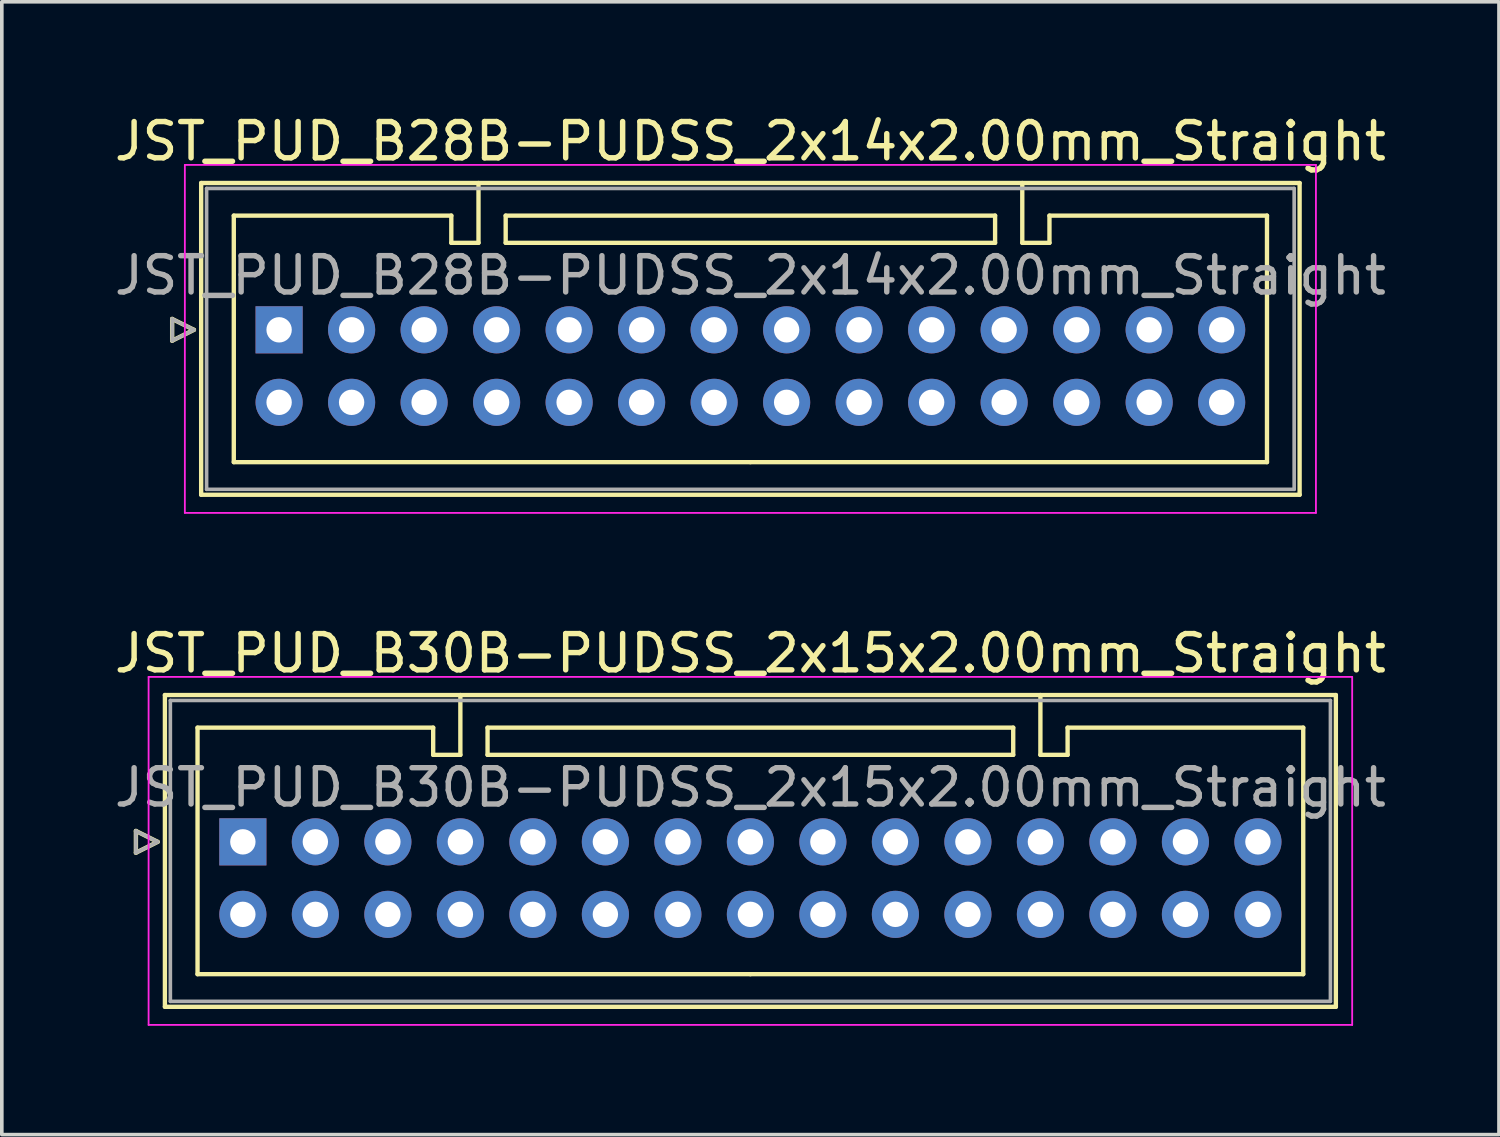
<source format=kicad_pcb>
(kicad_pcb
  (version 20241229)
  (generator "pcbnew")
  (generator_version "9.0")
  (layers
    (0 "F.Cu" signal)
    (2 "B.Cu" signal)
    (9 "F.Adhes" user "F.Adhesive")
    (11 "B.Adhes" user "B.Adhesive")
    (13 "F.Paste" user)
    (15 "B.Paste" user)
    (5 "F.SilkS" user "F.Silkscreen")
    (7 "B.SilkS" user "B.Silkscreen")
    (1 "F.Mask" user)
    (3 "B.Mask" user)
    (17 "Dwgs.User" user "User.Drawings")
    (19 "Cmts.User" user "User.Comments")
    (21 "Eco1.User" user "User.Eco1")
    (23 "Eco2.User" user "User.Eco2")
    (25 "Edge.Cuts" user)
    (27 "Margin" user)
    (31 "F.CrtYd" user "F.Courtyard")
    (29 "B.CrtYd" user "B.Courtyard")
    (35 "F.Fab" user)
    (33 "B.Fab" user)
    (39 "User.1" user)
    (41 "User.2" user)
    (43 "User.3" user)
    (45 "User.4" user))
  (footprint "JST_PUD_B28B-PUDSS_2x14x2.00mm_Straight"
    (layer "F.Cu")
    (at 4.649 6.048)
    (property "Reference" "JST_PUD_B28B-PUDSS_2x14x2.00mm_Straight" (at 13 -5.2 0) (layer "F.SilkS") (effects (font (size 1 1) (thickness 0.15))))
    (attr through_hole)
    (fp_line (start -2.95 -0.3) (end -2.35 0) (stroke (width 0.12) (type solid)) (layer "F.SilkS"))
    (fp_line (start -2.95 0.3) (end -2.95 -0.3) (stroke (width 0.12) (type solid)) (layer "F.SilkS"))
    (fp_line (start -2.35 0) (end -2.95 0.3) (stroke (width 0.12) (type solid)) (layer "F.SilkS"))
    (fp_line (start -2.15 -4.05) (end -2.15 4.55) (stroke (width 0.12) (type solid)) (layer "F.SilkS"))
    (fp_line (start -2.15 4.55) (end 28.15 4.55) (stroke (width 0.12) (type solid)) (layer "F.SilkS"))
    (fp_line (start -1.25 -3.15) (end -1.25 3.65) (stroke (width 0.12) (type solid)) (layer "F.SilkS"))
    (fp_line (start -1.25 3.65) (end 13 3.65) (stroke (width 0.12) (type solid)) (layer "F.SilkS"))
    (fp_line (start 4.75 -3.15) (end -1.25 -3.15) (stroke (width 0.12) (type solid)) (layer "F.SilkS"))
    (fp_line (start 4.75 -2.4) (end 4.75 -3.15) (stroke (width 0.12) (type solid)) (layer "F.SilkS"))
    (fp_line (start 5.5 -4.05) (end 5.5 -2.4) (stroke (width 0.12) (type solid)) (layer "F.SilkS"))
    (fp_line (start 5.5 -2.4) (end 4.75 -2.4) (stroke (width 0.12) (type solid)) (layer "F.SilkS"))
    (fp_line (start 6.25 -3.15) (end 6.25 -2.4) (stroke (width 0.12) (type solid)) (layer "F.SilkS"))
    (fp_line (start 6.25 -2.4) (end 19.75 -2.4) (stroke (width 0.12) (type solid)) (layer "F.SilkS"))
    (fp_line (start 19.75 -3.15) (end 6.25 -3.15) (stroke (width 0.12) (type solid)) (layer "F.SilkS"))
    (fp_line (start 19.75 -2.4) (end 19.75 -3.15) (stroke (width 0.12) (type solid)) (layer "F.SilkS"))
    (fp_line (start 20.5 -4.05) (end 20.5 -2.4) (stroke (width 0.12) (type solid)) (layer "F.SilkS"))
    (fp_line (start 20.5 -2.4) (end 21.25 -2.4) (stroke (width 0.12) (type solid)) (layer "F.SilkS"))
    (fp_line (start 21.25 -3.15) (end 27.25 -3.15) (stroke (width 0.12) (type solid)) (layer "F.SilkS"))
    (fp_line (start 21.25 -2.4) (end 21.25 -3.15) (stroke (width 0.12) (type solid)) (layer "F.SilkS"))
    (fp_line (start 27.25 -3.15) (end 27.25 3.65) (stroke (width 0.12) (type solid)) (layer "F.SilkS"))
    (fp_line (start 27.25 3.65) (end 13 3.65) (stroke (width 0.12) (type solid)) (layer "F.SilkS"))
    (fp_line (start 28.15 -4.05) (end -2.15 -4.05) (stroke (width 0.12) (type solid)) (layer "F.SilkS"))
    (fp_line (start 28.15 4.55) (end 28.15 -4.05) (stroke (width 0.12) (type solid)) (layer "F.SilkS"))
    (fp_line (start -2.6 -4.55) (end -2.6 5.05) (stroke (width 0.05) (type solid)) (layer "F.CrtYd"))
    (fp_line (start -2.6 5.05) (end 28.6 5.05) (stroke (width 0.05) (type solid)) (layer "F.CrtYd"))
    (fp_line (start 28.6 -4.55) (end -2.6 -4.55) (stroke (width 0.05) (type solid)) (layer "F.CrtYd"))
    (fp_line (start 28.6 5.05) (end 28.6 -4.55) (stroke (width 0.05) (type solid)) (layer "F.CrtYd"))
    (fp_line (start -2.95 -0.3) (end -2.35 0) (stroke (width 0.1) (type solid)) (layer "F.Fab"))
    (fp_line (start -2.95 0.3) (end -2.95 -0.3) (stroke (width 0.1) (type solid)) (layer "F.Fab"))
    (fp_line (start -2.35 0) (end -2.95 0.3) (stroke (width 0.1) (type solid)) (layer "F.Fab"))
    (fp_line (start -2 -3.9) (end -2 4.4) (stroke (width 0.1) (type solid)) (layer "F.Fab"))
    (fp_line (start -2 4.4) (end 28 4.4) (stroke (width 0.1) (type solid)) (layer "F.Fab"))
    (fp_line (start 28 -3.9) (end -2 -3.9) (stroke (width 0.1) (type solid)) (layer "F.Fab"))
    (fp_line (start 28 4.4) (end 28 -3.9) (stroke (width 0.1) (type solid)) (layer "F.Fab"))
    (fp_text user "${REFERENCE}" (at 13 -1.5 0) (layer "F.Fab") (effects (font (size 1 1) (thickness 0.15))))
    (pad "1" thru_hole rect (at 0 0) (size 1.3 1.3) (drill 0.7) (layers "*.Cu" "*.Mask"))
    (pad "2" thru_hole circle (at 0 2) (size 1.3 1.3) (drill 0.7) (layers "*.Cu" "*.Mask"))
    (pad "3" thru_hole circle (at 2 0) (size 1.3 1.3) (drill 0.7) (layers "*.Cu" "*.Mask"))
    (pad "4" thru_hole circle (at 2 2) (size 1.3 1.3) (drill 0.7) (layers "*.Cu" "*.Mask"))
    (pad "5" thru_hole circle (at 4 0) (size 1.3 1.3) (drill 0.7) (layers "*.Cu" "*.Mask"))
    (pad "6" thru_hole circle (at 4 2) (size 1.3 1.3) (drill 0.7) (layers "*.Cu" "*.Mask"))
    (pad "7" thru_hole circle (at 6 0) (size 1.3 1.3) (drill 0.7) (layers "*.Cu" "*.Mask"))
    (pad "8" thru_hole circle (at 6 2) (size 1.3 1.3) (drill 0.7) (layers "*.Cu" "*.Mask"))
    (pad "9" thru_hole circle (at 8 0) (size 1.3 1.3) (drill 0.7) (layers "*.Cu" "*.Mask"))
    (pad "10" thru_hole circle (at 8 2) (size 1.3 1.3) (drill 0.7) (layers "*.Cu" "*.Mask"))
    (pad "11" thru_hole circle (at 10 0) (size 1.3 1.3) (drill 0.7) (layers "*.Cu" "*.Mask"))
    (pad "12" thru_hole circle (at 10 2) (size 1.3 1.3) (drill 0.7) (layers "*.Cu" "*.Mask"))
    (pad "13" thru_hole circle (at 12 0) (size 1.3 1.3) (drill 0.7) (layers "*.Cu" "*.Mask"))
    (pad "14" thru_hole circle (at 12 2) (size 1.3 1.3) (drill 0.7) (layers "*.Cu" "*.Mask"))
    (pad "15" thru_hole circle (at 14 0) (size 1.3 1.3) (drill 0.7) (layers "*.Cu" "*.Mask"))
    (pad "16" thru_hole circle (at 14 2) (size 1.3 1.3) (drill 0.7) (layers "*.Cu" "*.Mask"))
    (pad "17" thru_hole circle (at 16 0) (size 1.3 1.3) (drill 0.7) (layers "*.Cu" "*.Mask"))
    (pad "18" thru_hole circle (at 16 2) (size 1.3 1.3) (drill 0.7) (layers "*.Cu" "*.Mask"))
    (pad "19" thru_hole circle (at 18 0) (size 1.3 1.3) (drill 0.7) (layers "*.Cu" "*.Mask"))
    (pad "20" thru_hole circle (at 18 2) (size 1.3 1.3) (drill 0.7) (layers "*.Cu" "*.Mask"))
    (pad "21" thru_hole circle (at 20 0) (size 1.3 1.3) (drill 0.7) (layers "*.Cu" "*.Mask"))
    (pad "22" thru_hole circle (at 20 2) (size 1.3 1.3) (drill 0.7) (layers "*.Cu" "*.Mask"))
    (pad "23" thru_hole circle (at 22 0) (size 1.3 1.3) (drill 0.7) (layers "*.Cu" "*.Mask"))
    (pad "24" thru_hole circle (at 22 2) (size 1.3 1.3) (drill 0.7) (layers "*.Cu" "*.Mask"))
    (pad "25" thru_hole circle (at 24 0) (size 1.3 1.3) (drill 0.7) (layers "*.Cu" "*.Mask"))
    (pad "26" thru_hole circle (at 24 2) (size 1.3 1.3) (drill 0.7) (layers "*.Cu" "*.Mask"))
    (pad "27" thru_hole circle (at 26 0) (size 1.3 1.3) (drill 0.7) (layers "*.Cu" "*.Mask"))
    (pad "28" thru_hole circle (at 26 2) (size 1.3 1.3) (drill 0.7) (layers "*.Cu" "*.Mask")))
  (footprint "JST_PUD_B30B-PUDSS_2x15x2.00mm_Straight"
    (layer "F.Cu")
    (at 3.649 20.172)
    (property "Reference" "JST_PUD_B30B-PUDSS_2x15x2.00mm_Straight" (at 14 -5.2 0) (layer "F.SilkS") (effects (font (size 1 1) (thickness 0.15))))
    (attr through_hole)
    (fp_line (start -2.95 -0.3) (end -2.35 0) (stroke (width 0.12) (type solid)) (layer "F.SilkS"))
    (fp_line (start -2.95 0.3) (end -2.95 -0.3) (stroke (width 0.12) (type solid)) (layer "F.SilkS"))
    (fp_line (start -2.35 0) (end -2.95 0.3) (stroke (width 0.12) (type solid)) (layer "F.SilkS"))
    (fp_line (start -2.15 -4.05) (end -2.15 4.55) (stroke (width 0.12) (type solid)) (layer "F.SilkS"))
    (fp_line (start -2.15 4.55) (end 30.15 4.55) (stroke (width 0.12) (type solid)) (layer "F.SilkS"))
    (fp_line (start -1.25 -3.15) (end -1.25 3.65) (stroke (width 0.12) (type solid)) (layer "F.SilkS"))
    (fp_line (start -1.25 3.65) (end 14 3.65) (stroke (width 0.12) (type solid)) (layer "F.SilkS"))
    (fp_line (start 5.25 -3.15) (end -1.25 -3.15) (stroke (width 0.12) (type solid)) (layer "F.SilkS"))
    (fp_line (start 5.25 -2.4) (end 5.25 -3.15) (stroke (width 0.12) (type solid)) (layer "F.SilkS"))
    (fp_line (start 6 -4.05) (end 6 -2.4) (stroke (width 0.12) (type solid)) (layer "F.SilkS"))
    (fp_line (start 6 -2.4) (end 5.25 -2.4) (stroke (width 0.12) (type solid)) (layer "F.SilkS"))
    (fp_line (start 6.75 -3.15) (end 6.75 -2.4) (stroke (width 0.12) (type solid)) (layer "F.SilkS"))
    (fp_line (start 6.75 -2.4) (end 21.25 -2.4) (stroke (width 0.12) (type solid)) (layer "F.SilkS"))
    (fp_line (start 21.25 -3.15) (end 6.75 -3.15) (stroke (width 0.12) (type solid)) (layer "F.SilkS"))
    (fp_line (start 21.25 -2.4) (end 21.25 -3.15) (stroke (width 0.12) (type solid)) (layer "F.SilkS"))
    (fp_line (start 22 -4.05) (end 22 -2.4) (stroke (width 0.12) (type solid)) (layer "F.SilkS"))
    (fp_line (start 22 -2.4) (end 22.75 -2.4) (stroke (width 0.12) (type solid)) (layer "F.SilkS"))
    (fp_line (start 22.75 -3.15) (end 29.25 -3.15) (stroke (width 0.12) (type solid)) (layer "F.SilkS"))
    (fp_line (start 22.75 -2.4) (end 22.75 -3.15) (stroke (width 0.12) (type solid)) (layer "F.SilkS"))
    (fp_line (start 29.25 -3.15) (end 29.25 3.65) (stroke (width 0.12) (type solid)) (layer "F.SilkS"))
    (fp_line (start 29.25 3.65) (end 14 3.65) (stroke (width 0.12) (type solid)) (layer "F.SilkS"))
    (fp_line (start 30.15 -4.05) (end -2.15 -4.05) (stroke (width 0.12) (type solid)) (layer "F.SilkS"))
    (fp_line (start 30.15 4.55) (end 30.15 -4.05) (stroke (width 0.12) (type solid)) (layer "F.SilkS"))
    (fp_line (start -2.6 -4.55) (end -2.6 5.05) (stroke (width 0.05) (type solid)) (layer "F.CrtYd"))
    (fp_line (start -2.6 5.05) (end 30.6 5.05) (stroke (width 0.05) (type solid)) (layer "F.CrtYd"))
    (fp_line (start 30.6 -4.55) (end -2.6 -4.55) (stroke (width 0.05) (type solid)) (layer "F.CrtYd"))
    (fp_line (start 30.6 5.05) (end 30.6 -4.55) (stroke (width 0.05) (type solid)) (layer "F.CrtYd"))
    (fp_line (start -2.95 -0.3) (end -2.35 0) (stroke (width 0.1) (type solid)) (layer "F.Fab"))
    (fp_line (start -2.95 0.3) (end -2.95 -0.3) (stroke (width 0.1) (type solid)) (layer "F.Fab"))
    (fp_line (start -2.35 0) (end -2.95 0.3) (stroke (width 0.1) (type solid)) (layer "F.Fab"))
    (fp_line (start -2 -3.9) (end -2 4.4) (stroke (width 0.1) (type solid)) (layer "F.Fab"))
    (fp_line (start -2 4.4) (end 30 4.4) (stroke (width 0.1) (type solid)) (layer "F.Fab"))
    (fp_line (start 30 -3.9) (end -2 -3.9) (stroke (width 0.1) (type solid)) (layer "F.Fab"))
    (fp_line (start 30 4.4) (end 30 -3.9) (stroke (width 0.1) (type solid)) (layer "F.Fab"))
    (fp_text user "${REFERENCE}" (at 14 -1.5 0) (layer "F.Fab") (effects (font (size 1 1) (thickness 0.15))))
    (pad "1" thru_hole rect (at 0 0) (size 1.3 1.3) (drill 0.7) (layers "*.Cu" "*.Mask"))
    (pad "2" thru_hole circle (at 0 2) (size 1.3 1.3) (drill 0.7) (layers "*.Cu" "*.Mask"))
    (pad "3" thru_hole circle (at 2 0) (size 1.3 1.3) (drill 0.7) (layers "*.Cu" "*.Mask"))
    (pad "4" thru_hole circle (at 2 2) (size 1.3 1.3) (drill 0.7) (layers "*.Cu" "*.Mask"))
    (pad "5" thru_hole circle (at 4 0) (size 1.3 1.3) (drill 0.7) (layers "*.Cu" "*.Mask"))
    (pad "6" thru_hole circle (at 4 2) (size 1.3 1.3) (drill 0.7) (layers "*.Cu" "*.Mask"))
    (pad "7" thru_hole circle (at 6 0) (size 1.3 1.3) (drill 0.7) (layers "*.Cu" "*.Mask"))
    (pad "8" thru_hole circle (at 6 2) (size 1.3 1.3) (drill 0.7) (layers "*.Cu" "*.Mask"))
    (pad "9" thru_hole circle (at 8 0) (size 1.3 1.3) (drill 0.7) (layers "*.Cu" "*.Mask"))
    (pad "10" thru_hole circle (at 8 2) (size 1.3 1.3) (drill 0.7) (layers "*.Cu" "*.Mask"))
    (pad "11" thru_hole circle (at 10 0) (size 1.3 1.3) (drill 0.7) (layers "*.Cu" "*.Mask"))
    (pad "12" thru_hole circle (at 10 2) (size 1.3 1.3) (drill 0.7) (layers "*.Cu" "*.Mask"))
    (pad "13" thru_hole circle (at 12 0) (size 1.3 1.3) (drill 0.7) (layers "*.Cu" "*.Mask"))
    (pad "14" thru_hole circle (at 12 2) (size 1.3 1.3) (drill 0.7) (layers "*.Cu" "*.Mask"))
    (pad "15" thru_hole circle (at 14 0) (size 1.3 1.3) (drill 0.7) (layers "*.Cu" "*.Mask"))
    (pad "16" thru_hole circle (at 14 2) (size 1.3 1.3) (drill 0.7) (layers "*.Cu" "*.Mask"))
    (pad "17" thru_hole circle (at 16 0) (size 1.3 1.3) (drill 0.7) (layers "*.Cu" "*.Mask"))
    (pad "18" thru_hole circle (at 16 2) (size 1.3 1.3) (drill 0.7) (layers "*.Cu" "*.Mask"))
    (pad "19" thru_hole circle (at 18 0) (size 1.3 1.3) (drill 0.7) (layers "*.Cu" "*.Mask"))
    (pad "20" thru_hole circle (at 18 2) (size 1.3 1.3) (drill 0.7) (layers "*.Cu" "*.Mask"))
    (pad "21" thru_hole circle (at 20 0) (size 1.3 1.3) (drill 0.7) (layers "*.Cu" "*.Mask"))
    (pad "22" thru_hole circle (at 20 2) (size 1.3 1.3) (drill 0.7) (layers "*.Cu" "*.Mask"))
    (pad "23" thru_hole circle (at 22 0) (size 1.3 1.3) (drill 0.7) (layers "*.Cu" "*.Mask"))
    (pad "24" thru_hole circle (at 22 2) (size 1.3 1.3) (drill 0.7) (layers "*.Cu" "*.Mask"))
    (pad "25" thru_hole circle (at 24 0) (size 1.3 1.3) (drill 0.7) (layers "*.Cu" "*.Mask"))
    (pad "26" thru_hole circle (at 24 2) (size 1.3 1.3) (drill 0.7) (layers "*.Cu" "*.Mask"))
    (pad "27" thru_hole circle (at 26 0) (size 1.3 1.3) (drill 0.7) (layers "*.Cu" "*.Mask"))
    (pad "28" thru_hole circle (at 26 2) (size 1.3 1.3) (drill 0.7) (layers "*.Cu" "*.Mask"))
    (pad "29" thru_hole circle (at 28 0) (size 1.3 1.3) (drill 0.7) (layers "*.Cu" "*.Mask"))
    (pad "30" thru_hole circle (at 28 2) (size 1.3 1.3) (drill 0.7) (layers "*.Cu" "*.Mask")))
  (gr_rect
    (start -3 -3)
    (end 38.298 28.247)
    (stroke (width 0.1) (type default))
    (fill no)
    (layer "Edge.Cuts")))
</source>
